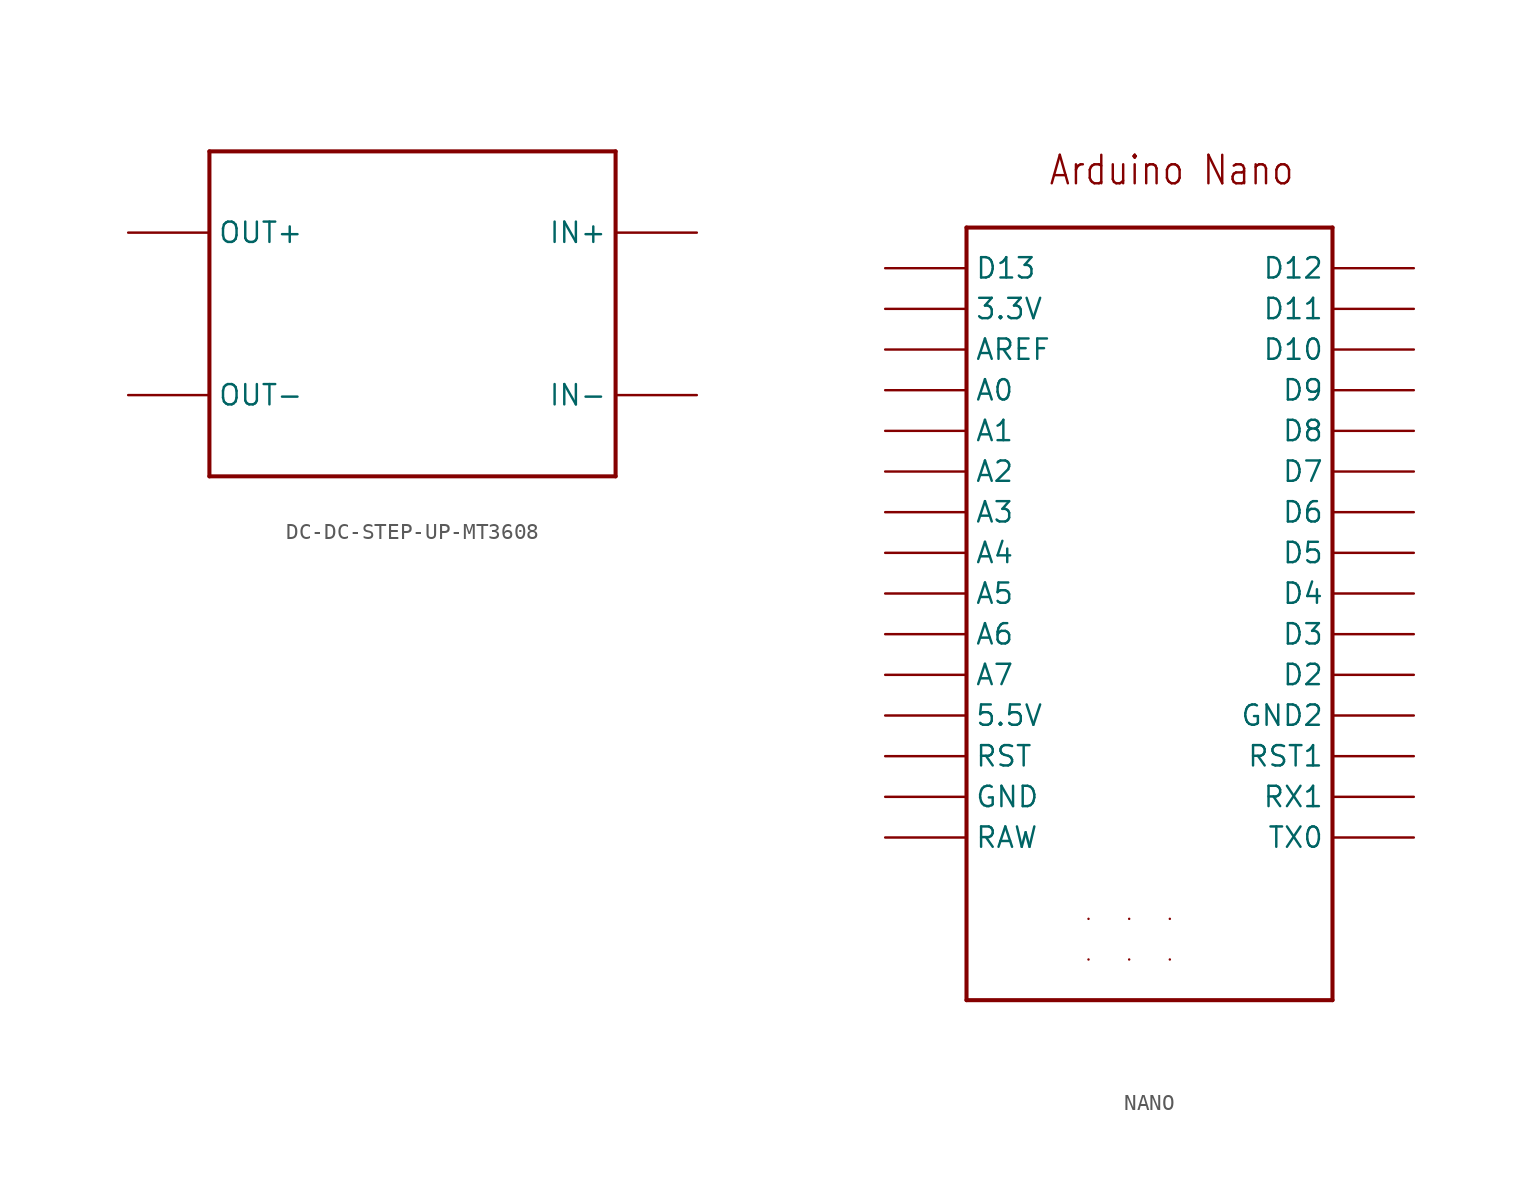
<source format=kicad_sym>
(kicad_symbol_lib
  (version 20220914)
  (generator kicad_symbol_editor)
  (symbol "DC-DC-STEP-UP-MT3608"
    (property "Reference" ""
      (at -12.7 15.24 0)
      (effects (font (size 1.778 1.511)) (justify left bottom) hide))
    (property "Value" ""
      (at -12.7 12.7 0)
      (effects (font (size 1.778 1.511)) (justify left bottom)))
    (property "ki_locked" ""
      (at 0 0 0)
      (effects (font (size 1.27 1.27))))
    (symbol "DC-DC-STEP-UP-MT3608_1_0"
      (polyline (pts (xy -12.7 -10.16) (xy -12.7 10.16)) (stroke (width 0.254) (type solid)) (fill (type none)))
      (polyline (pts (xy -12.7 10.16) (xy 12.7 10.16)) (stroke (width 0.254) (type solid)) (fill (type none)))
      (polyline (pts (xy 12.7 -10.16) (xy -12.7 -10.16)) (stroke (width 0.254) (type solid)) (fill (type none)))
      (polyline (pts (xy 12.7 10.16) (xy 12.7 -10.16)) (stroke (width 0.254) (type solid)) (fill (type none)))
      (pin bidirectional line (at 17.78 5.08 180) (length 5.08) (name "IN+" (effects (font (size 1.27 1.27)))) (number "IN+" (effects (font (size 0 0)))))
      (pin bidirectional line (at 17.78 -5.08 180) (length 5.08) (name "IN-" (effects (font (size 1.27 1.27)))) (number "IN-" (effects (font (size 0 0)))))
      (pin bidirectional line (at -17.78 5.08 0) (length 5.08) (name "OUT+" (effects (font (size 1.27 1.27)))) (number "OUT+" (effects (font (size 0 0)))))
      (pin bidirectional line (at -17.78 -5.08 0) (length 5.08) (name "OUT-" (effects (font (size 1.27 1.27)))) (number "OUT-" (effects (font (size 0 0)))))))
  (symbol "NANO"
    (property "Reference" ""
      (at 0 0 0)
      (effects (font (size 1.27 1.27)) hide))
    (property "ki_locked" ""
      (at 0 0 0)
      (effects (font (size 1.27 1.27))))
    (symbol "NANO_1_0"
      (polyline (pts (xy -17.78 -30.48) (xy 5.08 -30.48)) (stroke (width 0.254) (type solid)) (fill (type none)))
      (polyline (pts (xy -17.78 17.78) (xy -17.78 -30.48)) (stroke (width 0.254) (type solid)) (fill (type none)))
      (polyline (pts (xy 5.08 -30.48) (xy 5.08 17.78)) (stroke (width 0.254) (type solid)) (fill (type none)))
      (polyline (pts (xy 5.08 17.78) (xy -17.78 17.78)) (stroke (width 0.254) (type solid)) (fill (type none)))
      (text "Arduino Nano" (at -12.7 20.32 0) (effects (font (size 1.778 1.511)) (justify left bottom)))
      (pin bidirectional line (at -22.86 12.7 0) (length 5.08) (name "3.3V" (effects (font (size 1.27 1.27)))) (number "3.3V" (effects (font (size 0 0)))))
      (pin bidirectional line (at -22.86 -12.7 0) (length 5.08) (name "5.5V" (effects (font (size 1.27 1.27)))) (number "5V" (effects (font (size 0 0)))))
      (pin bidirectional line (at -22.86 7.62 0) (length 5.08) (name "A0" (effects (font (size 1.27 1.27)))) (number "A0" (effects (font (size 0 0)))))
      (pin bidirectional line (at -22.86 5.08 0) (length 5.08) (name "A1" (effects (font (size 1.27 1.27)))) (number "A1" (effects (font (size 0 0)))))
      (pin bidirectional line (at -22.86 2.54 0) (length 5.08) (name "A2" (effects (font (size 1.27 1.27)))) (number "A2" (effects (font (size 0 0)))))
      (pin bidirectional line (at -22.86 0 0) (length 5.08) (name "A3" (effects (font (size 1.27 1.27)))) (number "A3" (effects (font (size 0 0)))))
      (pin bidirectional line (at -22.86 -2.54 0) (length 5.08) (name "A4" (effects (font (size 1.27 1.27)))) (number "A4" (effects (font (size 0 0)))))
      (pin bidirectional line (at -22.86 -5.08 0) (length 5.08) (name "A5" (effects (font (size 1.27 1.27)))) (number "A5" (effects (font (size 0 0)))))
      (pin bidirectional line (at -22.86 -7.62 0) (length 5.08) (name "A6" (effects (font (size 1.27 1.27)))) (number "A6" (effects (font (size 0 0)))))
      (pin bidirectional line (at -22.86 -10.16 0) (length 5.08) (name "A7" (effects (font (size 1.27 1.27)))) (number "A7" (effects (font (size 0 0)))))
      (pin bidirectional line (at -22.86 10.16 0) (length 5.08) (name "AREF" (effects (font (size 1.27 1.27)))) (number "AREF" (effects (font (size 0 0)))))
      (pin bidirectional line (at 10.16 10.16 180) (length 5.08) (name "D10" (effects (font (size 1.27 1.27)))) (number "D10" (effects (font (size 0 0)))))
      (pin bidirectional line (at 10.16 12.7 180) (length 5.08) (name "D11" (effects (font (size 1.27 1.27)))) (number "D11" (effects (font (size 0 0)))))
      (pin bidirectional line (at 10.16 15.24 180) (length 5.08) (name "D12" (effects (font (size 1.27 1.27)))) (number "D12" (effects (font (size 0 0)))))
      (pin bidirectional line (at -22.86 15.24 0) (length 5.08) (name "D13" (effects (font (size 1.27 1.27)))) (number "D13" (effects (font (size 0 0)))))
      (pin bidirectional line (at 10.16 -10.16 180) (length 5.08) (name "D2" (effects (font (size 1.27 1.27)))) (number "D2" (effects (font (size 0 0)))))
      (pin bidirectional line (at 10.16 -7.62 180) (length 5.08) (name "D3" (effects (font (size 1.27 1.27)))) (number "D3" (effects (font (size 0 0)))))
      (pin bidirectional line (at 10.16 -5.08 180) (length 5.08) (name "D4" (effects (font (size 1.27 1.27)))) (number "D4" (effects (font (size 0 0)))))
      (pin bidirectional line (at 10.16 -2.54 180) (length 5.08) (name "D5" (effects (font (size 1.27 1.27)))) (number "D5" (effects (font (size 0 0)))))
      (pin bidirectional line (at 10.16 0 180) (length 5.08) (name "D6" (effects (font (size 1.27 1.27)))) (number "D6" (effects (font (size 0 0)))))
      (pin bidirectional line (at 10.16 2.54 180) (length 5.08) (name "D7" (effects (font (size 1.27 1.27)))) (number "D7" (effects (font (size 0 0)))))
      (pin bidirectional line (at 10.16 5.08 180) (length 5.08) (name "D8" (effects (font (size 1.27 1.27)))) (number "D8" (effects (font (size 0 0)))))
      (pin bidirectional line (at 10.16 7.62 180) (length 5.08) (name "D9" (effects (font (size 1.27 1.27)))) (number "D9" (effects (font (size 0 0)))))
      (pin bidirectional line (at -22.86 -17.78 0) (length 5.08) (name "GND" (effects (font (size 1.27 1.27)))) (number "GND" (effects (font (size 0 0)))))
      (pin bidirectional line (at 10.16 -12.7 180) (length 5.08) (name "GND2" (effects (font (size 1.27 1.27)))) (number "GND1" (effects (font (size 0 0)))))
      (pin bidirectional line (at -10.16 -27.94 270) (length 0) (name "ICSP1" (effects (font (size 0 0)))) (number "ICSP1" (effects (font (size 0 0)))))
      (pin bidirectional line (at -10.16 -25.4 270) (length 0) (name "ICSP2" (effects (font (size 0 0)))) (number "ICSP2" (effects (font (size 0 0)))))
      (pin bidirectional line (at -7.62 -27.94 270) (length 0) (name "ICSP3" (effects (font (size 0 0)))) (number "ICSP3" (effects (font (size 0 0)))))
      (pin bidirectional line (at -7.62 -25.4 270) (length 0) (name "ICSP4" (effects (font (size 0 0)))) (number "ICSP4" (effects (font (size 0 0)))))
      (pin bidirectional line (at -5.08 -27.94 270) (length 0) (name "ICSP5" (effects (font (size 0 0)))) (number "ICSP5" (effects (font (size 0 0)))))
      (pin bidirectional line (at -5.08 -25.4 270) (length 0) (name "ICSP6" (effects (font (size 0 0)))) (number "ICSP6" (effects (font (size 0 0)))))
      (pin bidirectional line (at -22.86 -20.32 0) (length 5.08) (name "RAW" (effects (font (size 1.27 1.27)))) (number "RAW" (effects (font (size 0 0)))))
      (pin bidirectional line (at -22.86 -15.24 0) (length 5.08) (name "RST" (effects (font (size 1.27 1.27)))) (number "RST" (effects (font (size 0 0)))))
      (pin bidirectional line (at 10.16 -15.24 180) (length 5.08) (name "RST1" (effects (font (size 1.27 1.27)))) (number "RST1" (effects (font (size 0 0)))))
      (pin bidirectional line (at 10.16 -17.78 180) (length 5.08) (name "RX1" (effects (font (size 1.27 1.27)))) (number "RX1" (effects (font (size 0 0)))))
      (pin bidirectional line (at 10.16 -20.32 180) (length 5.08) (name "TX0" (effects (font (size 1.27 1.27)))) (number "TX0" (effects (font (size 0 0))))))))
</source>
